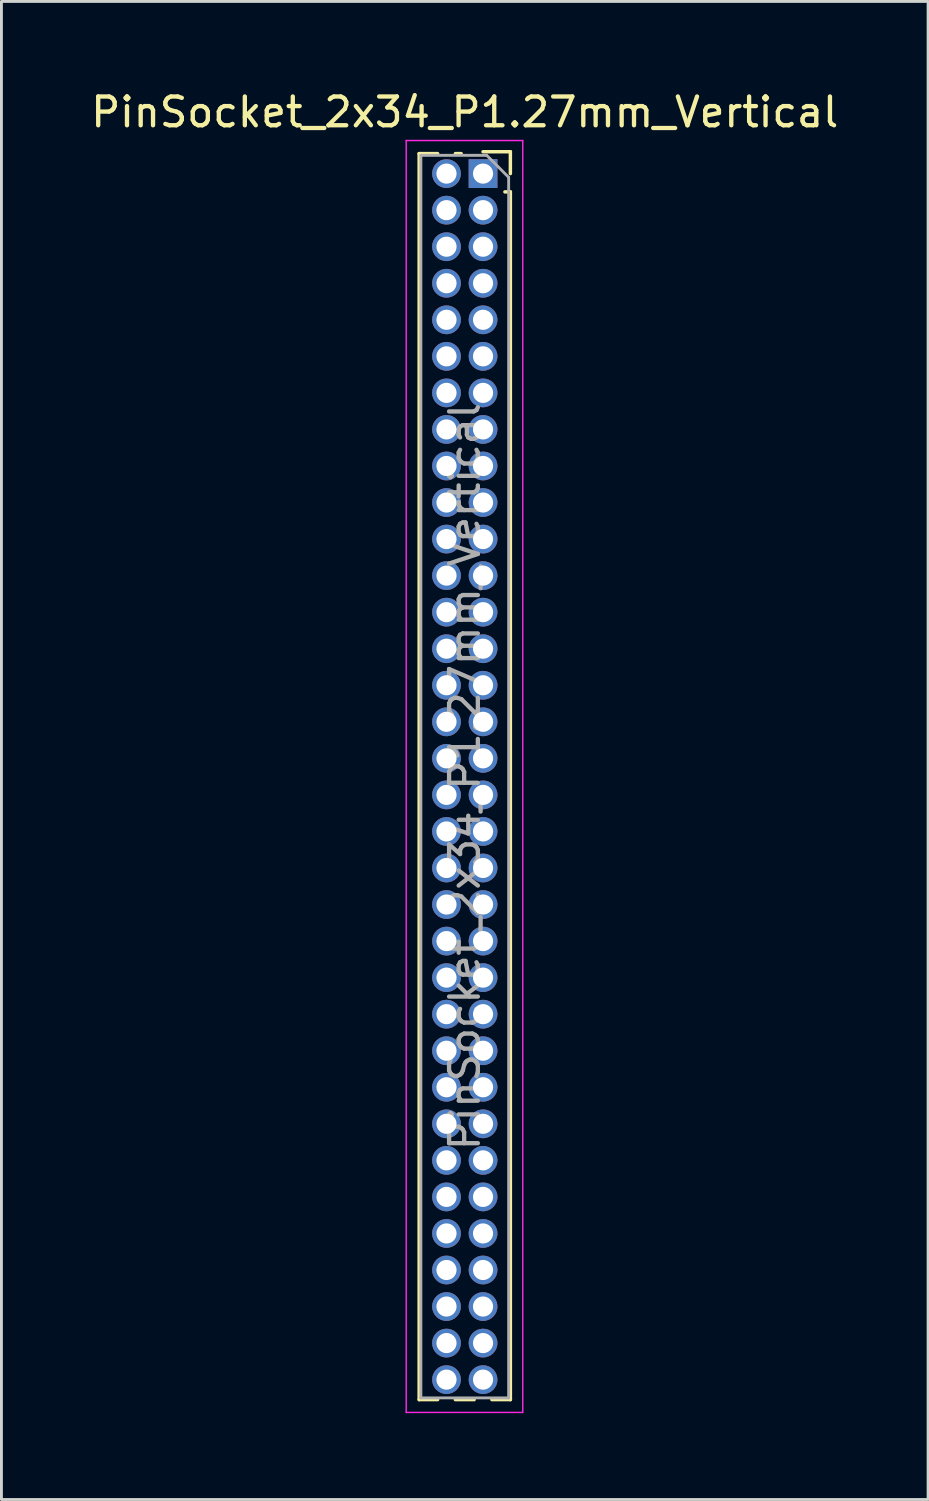
<source format=kicad_pcb>
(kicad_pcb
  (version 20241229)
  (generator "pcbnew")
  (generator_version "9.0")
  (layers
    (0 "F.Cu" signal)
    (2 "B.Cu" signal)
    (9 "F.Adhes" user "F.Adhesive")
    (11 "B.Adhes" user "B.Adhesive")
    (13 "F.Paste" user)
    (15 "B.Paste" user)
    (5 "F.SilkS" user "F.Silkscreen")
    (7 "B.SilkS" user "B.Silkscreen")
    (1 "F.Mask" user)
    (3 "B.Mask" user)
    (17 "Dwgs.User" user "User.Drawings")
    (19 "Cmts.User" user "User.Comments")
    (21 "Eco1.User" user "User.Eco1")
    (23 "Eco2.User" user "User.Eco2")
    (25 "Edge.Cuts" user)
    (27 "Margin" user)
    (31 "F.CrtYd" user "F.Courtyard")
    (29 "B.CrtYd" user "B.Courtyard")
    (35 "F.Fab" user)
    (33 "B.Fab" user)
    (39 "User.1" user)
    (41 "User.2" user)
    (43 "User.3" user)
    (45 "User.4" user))
  (footprint "PinSocket_2x34_P1.27mm_Vertical"
    (layer "F.Cu")
    (at 13.736 2.983)
    (property "Reference" "PinSocket_2x34_P1.27mm_Vertical" (at -0.635 -2.135 0) (layer "F.SilkS") (effects (font (size 1 1) (thickness 0.15))))
    (attr through_hole)
    (fp_line (start -2.22 -0.695) (end -2.22 42.605) (stroke (width 0.12) (type solid)) (layer "F.SilkS"))
    (fp_line (start -2.22 -0.695) (end -1.578 -0.695) (stroke (width 0.12) (type solid)) (layer "F.SilkS"))
    (fp_line (start -2.22 42.605) (end -1.578 42.605) (stroke (width 0.12) (type solid)) (layer "F.SilkS"))
    (fp_line (start -0.962 -0.695) (end -0.76 -0.695) (stroke (width 0.12) (type solid)) (layer "F.SilkS"))
    (fp_line (start -0.962 42.605) (end -0.308 42.605) (stroke (width 0.12) (type solid)) (layer "F.SilkS"))
    (fp_line (start 0 -0.76) (end 0.95 -0.76) (stroke (width 0.12) (type solid)) (layer "F.SilkS"))
    (fp_line (start 0.308 42.605) (end 0.95 42.605) (stroke (width 0.12) (type solid)) (layer "F.SilkS"))
    (fp_line (start 0.76 0.635) (end 0.95 0.635) (stroke (width 0.12) (type solid)) (layer "F.SilkS"))
    (fp_line (start 0.95 -0.76) (end 0.95 0) (stroke (width 0.12) (type solid)) (layer "F.SilkS"))
    (fp_line (start 0.95 0.635) (end 0.95 42.605) (stroke (width 0.12) (type solid)) (layer "F.SilkS"))
    (fp_line (start -2.67 -1.15) (end 1.38 -1.15) (stroke (width 0.05) (type solid)) (layer "F.CrtYd"))
    (fp_line (start -2.67 43.05) (end -2.67 -1.15) (stroke (width 0.05) (type solid)) (layer "F.CrtYd"))
    (fp_line (start 1.38 -1.15) (end 1.38 43.05) (stroke (width 0.05) (type solid)) (layer "F.CrtYd"))
    (fp_line (start 1.38 43.05) (end -2.67 43.05) (stroke (width 0.05) (type solid)) (layer "F.CrtYd"))
    (fp_line (start -2.16 -0.635) (end 0.128 -0.635) (stroke (width 0.1) (type solid)) (layer "F.Fab"))
    (fp_line (start -2.16 42.545) (end -2.16 -0.635) (stroke (width 0.1) (type solid)) (layer "F.Fab"))
    (fp_line (start 0.128 -0.635) (end 0.89 0.128) (stroke (width 0.1) (type solid)) (layer "F.Fab"))
    (fp_line (start 0.89 0.128) (end 0.89 42.545) (stroke (width 0.1) (type solid)) (layer "F.Fab"))
    (fp_line (start 0.89 42.545) (end -2.16 42.545) (stroke (width 0.1) (type solid)) (layer "F.Fab"))
    (fp_text user "${REFERENCE}" (at -0.635 20.955 90) (layer "F.Fab") (effects (font (size 1 1) (thickness 0.15))))
    (pad "1" thru_hole rect (at 0 0) (size 1 1) (drill 0.7) (layers "*.Cu" "*.Mask"))
    (pad "2" thru_hole circle (at -1.27 0) (size 1 1) (drill 0.7) (layers "*.Cu" "*.Mask"))
    (pad "3" thru_hole circle (at 0 1.27) (size 1 1) (drill 0.7) (layers "*.Cu" "*.Mask"))
    (pad "4" thru_hole circle (at -1.27 1.27) (size 1 1) (drill 0.7) (layers "*.Cu" "*.Mask"))
    (pad "5" thru_hole circle (at 0 2.54) (size 1 1) (drill 0.7) (layers "*.Cu" "*.Mask"))
    (pad "6" thru_hole circle (at -1.27 2.54) (size 1 1) (drill 0.7) (layers "*.Cu" "*.Mask"))
    (pad "7" thru_hole circle (at 0 3.81) (size 1 1) (drill 0.7) (layers "*.Cu" "*.Mask"))
    (pad "8" thru_hole circle (at -1.27 3.81) (size 1 1) (drill 0.7) (layers "*.Cu" "*.Mask"))
    (pad "9" thru_hole circle (at 0 5.08) (size 1 1) (drill 0.7) (layers "*.Cu" "*.Mask"))
    (pad "10" thru_hole circle (at -1.27 5.08) (size 1 1) (drill 0.7) (layers "*.Cu" "*.Mask"))
    (pad "11" thru_hole circle (at 0 6.35) (size 1 1) (drill 0.7) (layers "*.Cu" "*.Mask"))
    (pad "12" thru_hole circle (at -1.27 6.35) (size 1 1) (drill 0.7) (layers "*.Cu" "*.Mask"))
    (pad "13" thru_hole circle (at 0 7.62) (size 1 1) (drill 0.7) (layers "*.Cu" "*.Mask"))
    (pad "14" thru_hole circle (at -1.27 7.62) (size 1 1) (drill 0.7) (layers "*.Cu" "*.Mask"))
    (pad "15" thru_hole circle (at 0 8.89) (size 1 1) (drill 0.7) (layers "*.Cu" "*.Mask"))
    (pad "16" thru_hole circle (at -1.27 8.89) (size 1 1) (drill 0.7) (layers "*.Cu" "*.Mask"))
    (pad "17" thru_hole circle (at 0 10.16) (size 1 1) (drill 0.7) (layers "*.Cu" "*.Mask"))
    (pad "18" thru_hole circle (at -1.27 10.16) (size 1 1) (drill 0.7) (layers "*.Cu" "*.Mask"))
    (pad "19" thru_hole circle (at 0 11.43) (size 1 1) (drill 0.7) (layers "*.Cu" "*.Mask"))
    (pad "20" thru_hole circle (at -1.27 11.43) (size 1 1) (drill 0.7) (layers "*.Cu" "*.Mask"))
    (pad "21" thru_hole circle (at 0 12.7) (size 1 1) (drill 0.7) (layers "*.Cu" "*.Mask"))
    (pad "22" thru_hole circle (at -1.27 12.7) (size 1 1) (drill 0.7) (layers "*.Cu" "*.Mask"))
    (pad "23" thru_hole circle (at 0 13.97) (size 1 1) (drill 0.7) (layers "*.Cu" "*.Mask"))
    (pad "24" thru_hole circle (at -1.27 13.97) (size 1 1) (drill 0.7) (layers "*.Cu" "*.Mask"))
    (pad "25" thru_hole circle (at 0 15.24) (size 1 1) (drill 0.7) (layers "*.Cu" "*.Mask"))
    (pad "26" thru_hole circle (at -1.27 15.24) (size 1 1) (drill 0.7) (layers "*.Cu" "*.Mask"))
    (pad "27" thru_hole circle (at 0 16.51) (size 1 1) (drill 0.7) (layers "*.Cu" "*.Mask"))
    (pad "28" thru_hole circle (at -1.27 16.51) (size 1 1) (drill 0.7) (layers "*.Cu" "*.Mask"))
    (pad "29" thru_hole circle (at 0 17.78) (size 1 1) (drill 0.7) (layers "*.Cu" "*.Mask"))
    (pad "30" thru_hole circle (at -1.27 17.78) (size 1 1) (drill 0.7) (layers "*.Cu" "*.Mask"))
    (pad "31" thru_hole circle (at 0 19.05) (size 1 1) (drill 0.7) (layers "*.Cu" "*.Mask"))
    (pad "32" thru_hole circle (at -1.27 19.05) (size 1 1) (drill 0.7) (layers "*.Cu" "*.Mask"))
    (pad "33" thru_hole circle (at 0 20.32) (size 1 1) (drill 0.7) (layers "*.Cu" "*.Mask"))
    (pad "34" thru_hole circle (at -1.27 20.32) (size 1 1) (drill 0.7) (layers "*.Cu" "*.Mask"))
    (pad "35" thru_hole circle (at 0 21.59) (size 1 1) (drill 0.7) (layers "*.Cu" "*.Mask"))
    (pad "36" thru_hole circle (at -1.27 21.59) (size 1 1) (drill 0.7) (layers "*.Cu" "*.Mask"))
    (pad "37" thru_hole circle (at 0 22.86) (size 1 1) (drill 0.7) (layers "*.Cu" "*.Mask"))
    (pad "38" thru_hole circle (at -1.27 22.86) (size 1 1) (drill 0.7) (layers "*.Cu" "*.Mask"))
    (pad "39" thru_hole circle (at 0 24.13) (size 1 1) (drill 0.7) (layers "*.Cu" "*.Mask"))
    (pad "40" thru_hole circle (at -1.27 24.13) (size 1 1) (drill 0.7) (layers "*.Cu" "*.Mask"))
    (pad "41" thru_hole circle (at 0 25.4) (size 1 1) (drill 0.7) (layers "*.Cu" "*.Mask"))
    (pad "42" thru_hole circle (at -1.27 25.4) (size 1 1) (drill 0.7) (layers "*.Cu" "*.Mask"))
    (pad "43" thru_hole circle (at 0 26.67) (size 1 1) (drill 0.7) (layers "*.Cu" "*.Mask"))
    (pad "44" thru_hole circle (at -1.27 26.67) (size 1 1) (drill 0.7) (layers "*.Cu" "*.Mask"))
    (pad "45" thru_hole circle (at 0 27.94) (size 1 1) (drill 0.7) (layers "*.Cu" "*.Mask"))
    (pad "46" thru_hole circle (at -1.27 27.94) (size 1 1) (drill 0.7) (layers "*.Cu" "*.Mask"))
    (pad "47" thru_hole circle (at 0 29.21) (size 1 1) (drill 0.7) (layers "*.Cu" "*.Mask"))
    (pad "48" thru_hole circle (at -1.27 29.21) (size 1 1) (drill 0.7) (layers "*.Cu" "*.Mask"))
    (pad "49" thru_hole circle (at 0 30.48) (size 1 1) (drill 0.7) (layers "*.Cu" "*.Mask"))
    (pad "50" thru_hole circle (at -1.27 30.48) (size 1 1) (drill 0.7) (layers "*.Cu" "*.Mask"))
    (pad "51" thru_hole circle (at 0 31.75) (size 1 1) (drill 0.7) (layers "*.Cu" "*.Mask"))
    (pad "52" thru_hole circle (at -1.27 31.75) (size 1 1) (drill 0.7) (layers "*.Cu" "*.Mask"))
    (pad "53" thru_hole circle (at 0 33.02) (size 1 1) (drill 0.7) (layers "*.Cu" "*.Mask"))
    (pad "54" thru_hole circle (at -1.27 33.02) (size 1 1) (drill 0.7) (layers "*.Cu" "*.Mask"))
    (pad "55" thru_hole circle (at 0 34.29) (size 1 1) (drill 0.7) (layers "*.Cu" "*.Mask"))
    (pad "56" thru_hole circle (at -1.27 34.29) (size 1 1) (drill 0.7) (layers "*.Cu" "*.Mask"))
    (pad "57" thru_hole circle (at 0 35.56) (size 1 1) (drill 0.7) (layers "*.Cu" "*.Mask"))
    (pad "58" thru_hole circle (at -1.27 35.56) (size 1 1) (drill 0.7) (layers "*.Cu" "*.Mask"))
    (pad "59" thru_hole circle (at 0 36.83) (size 1 1) (drill 0.7) (layers "*.Cu" "*.Mask"))
    (pad "60" thru_hole circle (at -1.27 36.83) (size 1 1) (drill 0.7) (layers "*.Cu" "*.Mask"))
    (pad "61" thru_hole circle (at 0 38.1) (size 1 1) (drill 0.7) (layers "*.Cu" "*.Mask"))
    (pad "62" thru_hole circle (at -1.27 38.1) (size 1 1) (drill 0.7) (layers "*.Cu" "*.Mask"))
    (pad "63" thru_hole circle (at 0 39.37) (size 1 1) (drill 0.7) (layers "*.Cu" "*.Mask"))
    (pad "64" thru_hole circle (at -1.27 39.37) (size 1 1) (drill 0.7) (layers "*.Cu" "*.Mask"))
    (pad "65" thru_hole circle (at 0 40.64) (size 1 1) (drill 0.7) (layers "*.Cu" "*.Mask"))
    (pad "66" thru_hole circle (at -1.27 40.64) (size 1 1) (drill 0.7) (layers "*.Cu" "*.Mask"))
    (pad "67" thru_hole circle (at 0 41.91) (size 1 1) (drill 0.7) (layers "*.Cu" "*.Mask"))
    (pad "68" thru_hole circle (at -1.27 41.91) (size 1 1) (drill 0.7) (layers "*.Cu" "*.Mask")))
  (gr_rect
    (start -3 -3)
    (end 29.202 49.058)
    (stroke (width 0.1) (type default))
    (fill no)
    (layer "Edge.Cuts")))
</source>
